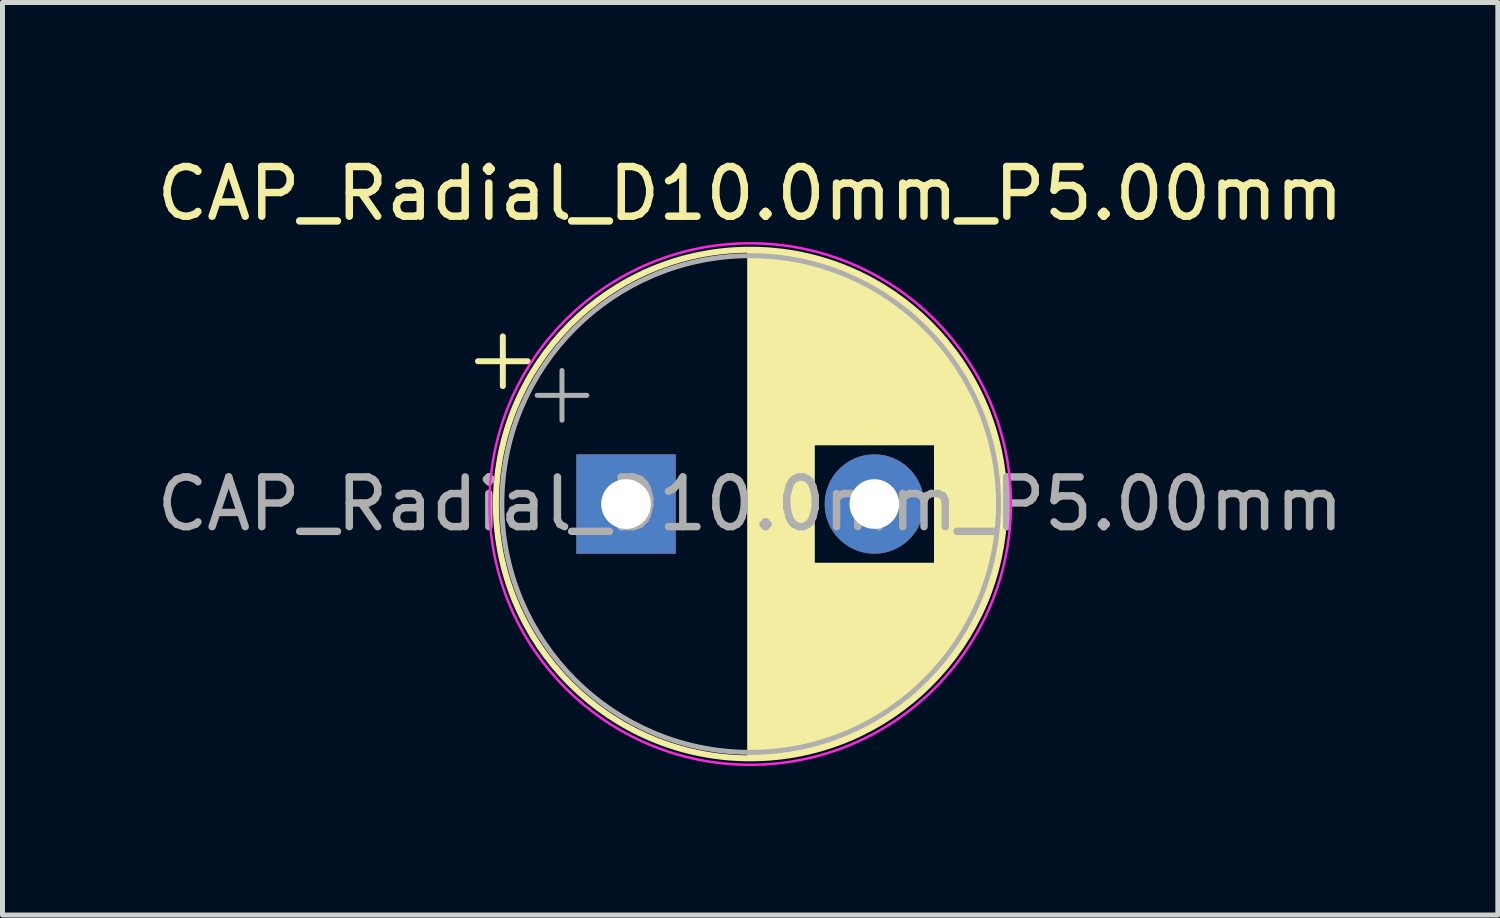
<source format=kicad_pcb>
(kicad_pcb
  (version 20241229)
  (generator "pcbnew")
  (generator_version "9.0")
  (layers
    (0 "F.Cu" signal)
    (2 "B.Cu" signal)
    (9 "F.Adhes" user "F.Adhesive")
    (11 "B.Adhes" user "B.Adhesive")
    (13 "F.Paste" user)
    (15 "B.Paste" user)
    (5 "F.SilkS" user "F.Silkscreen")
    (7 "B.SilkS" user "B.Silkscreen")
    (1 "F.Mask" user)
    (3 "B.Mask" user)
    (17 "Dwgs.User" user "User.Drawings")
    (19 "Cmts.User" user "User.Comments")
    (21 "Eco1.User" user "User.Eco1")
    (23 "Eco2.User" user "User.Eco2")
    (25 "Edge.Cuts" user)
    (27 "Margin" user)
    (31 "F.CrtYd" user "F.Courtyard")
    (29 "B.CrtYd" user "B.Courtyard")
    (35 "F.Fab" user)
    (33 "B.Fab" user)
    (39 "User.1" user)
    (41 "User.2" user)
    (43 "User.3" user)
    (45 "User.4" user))
  (footprint "CAP_Radial_D10.0mm_P5.00mm"
    (layer "F.Cu")
    (at 9.554 7.098)
    (property "Reference" "CAP_Radial_D10.0mm_P5.00mm" (at 2.5 -6.25 0) (layer "F.SilkS") (effects (font (size 1 1) (thickness 0.15))))
    (attr through_hole)
    (fp_line (start -2.98 -2.875) (end -1.98 -2.875) (stroke (width 0.12) (type solid)) (layer "F.SilkS"))
    (fp_line (start -2.48 -3.375) (end -2.48 -2.375) (stroke (width 0.12) (type solid)) (layer "F.SilkS"))
    (fp_line (start 2.5 -5.08) (end 2.5 5.08) (stroke (width 0.12) (type solid)) (layer "F.SilkS"))
    (fp_line (start 2.54 -5.08) (end 2.54 5.08) (stroke (width 0.12) (type solid)) (layer "F.SilkS"))
    (fp_line (start 2.58 -5.08) (end 2.58 5.08) (stroke (width 0.12) (type solid)) (layer "F.SilkS"))
    (fp_line (start 2.62 -5.079) (end 2.62 5.079) (stroke (width 0.12) (type solid)) (layer "F.SilkS"))
    (fp_line (start 2.66 -5.078) (end 2.66 5.078) (stroke (width 0.12) (type solid)) (layer "F.SilkS"))
    (fp_line (start 2.7 -5.077) (end 2.7 5.077) (stroke (width 0.12) (type solid)) (layer "F.SilkS"))
    (fp_line (start 2.74 -5.075) (end 2.74 5.075) (stroke (width 0.12) (type solid)) (layer "F.SilkS"))
    (fp_line (start 2.78 -5.073) (end 2.78 5.073) (stroke (width 0.12) (type solid)) (layer "F.SilkS"))
    (fp_line (start 2.82 -5.07) (end 2.82 5.07) (stroke (width 0.12) (type solid)) (layer "F.SilkS"))
    (fp_line (start 2.86 -5.068) (end 2.86 5.068) (stroke (width 0.12) (type solid)) (layer "F.SilkS"))
    (fp_line (start 2.9 -5.065) (end 2.9 5.065) (stroke (width 0.12) (type solid)) (layer "F.SilkS"))
    (fp_line (start 2.94 -5.062) (end 2.94 5.062) (stroke (width 0.12) (type solid)) (layer "F.SilkS"))
    (fp_line (start 2.98 -5.058) (end 2.98 5.058) (stroke (width 0.12) (type solid)) (layer "F.SilkS"))
    (fp_line (start 3.02 -5.054) (end 3.02 5.054) (stroke (width 0.12) (type solid)) (layer "F.SilkS"))
    (fp_line (start 3.06 -5.05) (end 3.06 5.05) (stroke (width 0.12) (type solid)) (layer "F.SilkS"))
    (fp_line (start 3.1 -5.045) (end 3.1 5.045) (stroke (width 0.12) (type solid)) (layer "F.SilkS"))
    (fp_line (start 3.14 -5.04) (end 3.14 5.04) (stroke (width 0.12) (type solid)) (layer "F.SilkS"))
    (fp_line (start 3.18 -5.035) (end 3.18 5.035) (stroke (width 0.12) (type solid)) (layer "F.SilkS"))
    (fp_line (start 3.221 -5.03) (end 3.221 5.03) (stroke (width 0.12) (type solid)) (layer "F.SilkS"))
    (fp_line (start 3.261 -5.024) (end 3.261 5.024) (stroke (width 0.12) (type solid)) (layer "F.SilkS"))
    (fp_line (start 3.301 -5.018) (end 3.301 5.018) (stroke (width 0.12) (type solid)) (layer "F.SilkS"))
    (fp_line (start 3.341 -5.011) (end 3.341 5.011) (stroke (width 0.12) (type solid)) (layer "F.SilkS"))
    (fp_line (start 3.381 -5.004) (end 3.381 5.004) (stroke (width 0.12) (type solid)) (layer "F.SilkS"))
    (fp_line (start 3.421 -4.997) (end 3.421 4.997) (stroke (width 0.12) (type solid)) (layer "F.SilkS"))
    (fp_line (start 3.461 -4.99) (end 3.461 4.99) (stroke (width 0.12) (type solid)) (layer "F.SilkS"))
    (fp_line (start 3.501 -4.982) (end 3.501 4.982) (stroke (width 0.12) (type solid)) (layer "F.SilkS"))
    (fp_line (start 3.541 -4.974) (end 3.541 4.974) (stroke (width 0.12) (type solid)) (layer "F.SilkS"))
    (fp_line (start 3.581 -4.965) (end 3.581 4.965) (stroke (width 0.12) (type solid)) (layer "F.SilkS"))
    (fp_line (start 3.621 -4.956) (end 3.621 4.956) (stroke (width 0.12) (type solid)) (layer "F.SilkS"))
    (fp_line (start 3.661 -4.947) (end 3.661 4.947) (stroke (width 0.12) (type solid)) (layer "F.SilkS"))
    (fp_line (start 3.701 -4.938) (end 3.701 4.938) (stroke (width 0.12) (type solid)) (layer "F.SilkS"))
    (fp_line (start 3.741 -4.928) (end 3.741 4.928) (stroke (width 0.12) (type solid)) (layer "F.SilkS"))
    (fp_line (start 3.781 -4.918) (end 3.781 -1.241) (stroke (width 0.12) (type solid)) (layer "F.SilkS"))
    (fp_line (start 3.781 1.241) (end 3.781 4.918) (stroke (width 0.12) (type solid)) (layer "F.SilkS"))
    (fp_line (start 3.821 -4.907) (end 3.821 -1.241) (stroke (width 0.12) (type solid)) (layer "F.SilkS"))
    (fp_line (start 3.821 1.241) (end 3.821 4.907) (stroke (width 0.12) (type solid)) (layer "F.SilkS"))
    (fp_line (start 3.861 -4.897) (end 3.861 -1.241) (stroke (width 0.12) (type solid)) (layer "F.SilkS"))
    (fp_line (start 3.861 1.241) (end 3.861 4.897) (stroke (width 0.12) (type solid)) (layer "F.SilkS"))
    (fp_line (start 3.901 -4.885) (end 3.901 -1.241) (stroke (width 0.12) (type solid)) (layer "F.SilkS"))
    (fp_line (start 3.901 1.241) (end 3.901 4.885) (stroke (width 0.12) (type solid)) (layer "F.SilkS"))
    (fp_line (start 3.941 -4.874) (end 3.941 -1.241) (stroke (width 0.12) (type solid)) (layer "F.SilkS"))
    (fp_line (start 3.941 1.241) (end 3.941 4.874) (stroke (width 0.12) (type solid)) (layer "F.SilkS"))
    (fp_line (start 3.981 -4.862) (end 3.981 -1.241) (stroke (width 0.12) (type solid)) (layer "F.SilkS"))
    (fp_line (start 3.981 1.241) (end 3.981 4.862) (stroke (width 0.12) (type solid)) (layer "F.SilkS"))
    (fp_line (start 4.021 -4.85) (end 4.021 -1.241) (stroke (width 0.12) (type solid)) (layer "F.SilkS"))
    (fp_line (start 4.021 1.241) (end 4.021 4.85) (stroke (width 0.12) (type solid)) (layer "F.SilkS"))
    (fp_line (start 4.061 -4.837) (end 4.061 -1.241) (stroke (width 0.12) (type solid)) (layer "F.SilkS"))
    (fp_line (start 4.061 1.241) (end 4.061 4.837) (stroke (width 0.12) (type solid)) (layer "F.SilkS"))
    (fp_line (start 4.101 -4.824) (end 4.101 -1.241) (stroke (width 0.12) (type solid)) (layer "F.SilkS"))
    (fp_line (start 4.101 1.241) (end 4.101 4.824) (stroke (width 0.12) (type solid)) (layer "F.SilkS"))
    (fp_line (start 4.141 -4.811) (end 4.141 -1.241) (stroke (width 0.12) (type solid)) (layer "F.SilkS"))
    (fp_line (start 4.141 1.241) (end 4.141 4.811) (stroke (width 0.12) (type solid)) (layer "F.SilkS"))
    (fp_line (start 4.181 -4.797) (end 4.181 -1.241) (stroke (width 0.12) (type solid)) (layer "F.SilkS"))
    (fp_line (start 4.181 1.241) (end 4.181 4.797) (stroke (width 0.12) (type solid)) (layer "F.SilkS"))
    (fp_line (start 4.221 -4.783) (end 4.221 -1.241) (stroke (width 0.12) (type solid)) (layer "F.SilkS"))
    (fp_line (start 4.221 1.241) (end 4.221 4.783) (stroke (width 0.12) (type solid)) (layer "F.SilkS"))
    (fp_line (start 4.261 -4.768) (end 4.261 -1.241) (stroke (width 0.12) (type solid)) (layer "F.SilkS"))
    (fp_line (start 4.261 1.241) (end 4.261 4.768) (stroke (width 0.12) (type solid)) (layer "F.SilkS"))
    (fp_line (start 4.301 -4.754) (end 4.301 -1.241) (stroke (width 0.12) (type solid)) (layer "F.SilkS"))
    (fp_line (start 4.301 1.241) (end 4.301 4.754) (stroke (width 0.12) (type solid)) (layer "F.SilkS"))
    (fp_line (start 4.341 -4.738) (end 4.341 -1.241) (stroke (width 0.12) (type solid)) (layer "F.SilkS"))
    (fp_line (start 4.341 1.241) (end 4.341 4.738) (stroke (width 0.12) (type solid)) (layer "F.SilkS"))
    (fp_line (start 4.381 -4.723) (end 4.381 -1.241) (stroke (width 0.12) (type solid)) (layer "F.SilkS"))
    (fp_line (start 4.381 1.241) (end 4.381 4.723) (stroke (width 0.12) (type solid)) (layer "F.SilkS"))
    (fp_line (start 4.421 -4.707) (end 4.421 -1.241) (stroke (width 0.12) (type solid)) (layer "F.SilkS"))
    (fp_line (start 4.421 1.241) (end 4.421 4.707) (stroke (width 0.12) (type solid)) (layer "F.SilkS"))
    (fp_line (start 4.461 -4.69) (end 4.461 -1.241) (stroke (width 0.12) (type solid)) (layer "F.SilkS"))
    (fp_line (start 4.461 1.241) (end 4.461 4.69) (stroke (width 0.12) (type solid)) (layer "F.SilkS"))
    (fp_line (start 4.501 -4.674) (end 4.501 -1.241) (stroke (width 0.12) (type solid)) (layer "F.SilkS"))
    (fp_line (start 4.501 1.241) (end 4.501 4.674) (stroke (width 0.12) (type solid)) (layer "F.SilkS"))
    (fp_line (start 4.541 -4.657) (end 4.541 -1.241) (stroke (width 0.12) (type solid)) (layer "F.SilkS"))
    (fp_line (start 4.541 1.241) (end 4.541 4.657) (stroke (width 0.12) (type solid)) (layer "F.SilkS"))
    (fp_line (start 4.581 -4.639) (end 4.581 -1.241) (stroke (width 0.12) (type solid)) (layer "F.SilkS"))
    (fp_line (start 4.581 1.241) (end 4.581 4.639) (stroke (width 0.12) (type solid)) (layer "F.SilkS"))
    (fp_line (start 4.621 -4.621) (end 4.621 -1.241) (stroke (width 0.12) (type solid)) (layer "F.SilkS"))
    (fp_line (start 4.621 1.241) (end 4.621 4.621) (stroke (width 0.12) (type solid)) (layer "F.SilkS"))
    (fp_line (start 4.661 -4.603) (end 4.661 -1.241) (stroke (width 0.12) (type solid)) (layer "F.SilkS"))
    (fp_line (start 4.661 1.241) (end 4.661 4.603) (stroke (width 0.12) (type solid)) (layer "F.SilkS"))
    (fp_line (start 4.701 -4.584) (end 4.701 -1.241) (stroke (width 0.12) (type solid)) (layer "F.SilkS"))
    (fp_line (start 4.701 1.241) (end 4.701 4.584) (stroke (width 0.12) (type solid)) (layer "F.SilkS"))
    (fp_line (start 4.741 -4.564) (end 4.741 -1.241) (stroke (width 0.12) (type solid)) (layer "F.SilkS"))
    (fp_line (start 4.741 1.241) (end 4.741 4.564) (stroke (width 0.12) (type solid)) (layer "F.SilkS"))
    (fp_line (start 4.781 -4.545) (end 4.781 -1.241) (stroke (width 0.12) (type solid)) (layer "F.SilkS"))
    (fp_line (start 4.781 1.241) (end 4.781 4.545) (stroke (width 0.12) (type solid)) (layer "F.SilkS"))
    (fp_line (start 4.821 -4.525) (end 4.821 -1.241) (stroke (width 0.12) (type solid)) (layer "F.SilkS"))
    (fp_line (start 4.821 1.241) (end 4.821 4.525) (stroke (width 0.12) (type solid)) (layer "F.SilkS"))
    (fp_line (start 4.861 -4.504) (end 4.861 -1.241) (stroke (width 0.12) (type solid)) (layer "F.SilkS"))
    (fp_line (start 4.861 1.241) (end 4.861 4.504) (stroke (width 0.12) (type solid)) (layer "F.SilkS"))
    (fp_line (start 4.901 -4.483) (end 4.901 -1.241) (stroke (width 0.12) (type solid)) (layer "F.SilkS"))
    (fp_line (start 4.901 1.241) (end 4.901 4.483) (stroke (width 0.12) (type solid)) (layer "F.SilkS"))
    (fp_line (start 4.941 -4.462) (end 4.941 -1.241) (stroke (width 0.12) (type solid)) (layer "F.SilkS"))
    (fp_line (start 4.941 1.241) (end 4.941 4.462) (stroke (width 0.12) (type solid)) (layer "F.SilkS"))
    (fp_line (start 4.981 -4.44) (end 4.981 -1.241) (stroke (width 0.12) (type solid)) (layer "F.SilkS"))
    (fp_line (start 4.981 1.241) (end 4.981 4.44) (stroke (width 0.12) (type solid)) (layer "F.SilkS"))
    (fp_line (start 5.021 -4.417) (end 5.021 -1.241) (stroke (width 0.12) (type solid)) (layer "F.SilkS"))
    (fp_line (start 5.021 1.241) (end 5.021 4.417) (stroke (width 0.12) (type solid)) (layer "F.SilkS"))
    (fp_line (start 5.061 -4.395) (end 5.061 -1.241) (stroke (width 0.12) (type solid)) (layer "F.SilkS"))
    (fp_line (start 5.061 1.241) (end 5.061 4.395) (stroke (width 0.12) (type solid)) (layer "F.SilkS"))
    (fp_line (start 5.101 -4.371) (end 5.101 -1.241) (stroke (width 0.12) (type solid)) (layer "F.SilkS"))
    (fp_line (start 5.101 1.241) (end 5.101 4.371) (stroke (width 0.12) (type solid)) (layer "F.SilkS"))
    (fp_line (start 5.141 -4.347) (end 5.141 -1.241) (stroke (width 0.12) (type solid)) (layer "F.SilkS"))
    (fp_line (start 5.141 1.241) (end 5.141 4.347) (stroke (width 0.12) (type solid)) (layer "F.SilkS"))
    (fp_line (start 5.181 -4.323) (end 5.181 -1.241) (stroke (width 0.12) (type solid)) (layer "F.SilkS"))
    (fp_line (start 5.181 1.241) (end 5.181 4.323) (stroke (width 0.12) (type solid)) (layer "F.SilkS"))
    (fp_line (start 5.221 -4.298) (end 5.221 -1.241) (stroke (width 0.12) (type solid)) (layer "F.SilkS"))
    (fp_line (start 5.221 1.241) (end 5.221 4.298) (stroke (width 0.12) (type solid)) (layer "F.SilkS"))
    (fp_line (start 5.261 -4.273) (end 5.261 -1.241) (stroke (width 0.12) (type solid)) (layer "F.SilkS"))
    (fp_line (start 5.261 1.241) (end 5.261 4.273) (stroke (width 0.12) (type solid)) (layer "F.SilkS"))
    (fp_line (start 5.301 -4.247) (end 5.301 -1.241) (stroke (width 0.12) (type solid)) (layer "F.SilkS"))
    (fp_line (start 5.301 1.241) (end 5.301 4.247) (stroke (width 0.12) (type solid)) (layer "F.SilkS"))
    (fp_line (start 5.341 -4.221) (end 5.341 -1.241) (stroke (width 0.12) (type solid)) (layer "F.SilkS"))
    (fp_line (start 5.341 1.241) (end 5.341 4.221) (stroke (width 0.12) (type solid)) (layer "F.SilkS"))
    (fp_line (start 5.381 -4.194) (end 5.381 -1.241) (stroke (width 0.12) (type solid)) (layer "F.SilkS"))
    (fp_line (start 5.381 1.241) (end 5.381 4.194) (stroke (width 0.12) (type solid)) (layer "F.SilkS"))
    (fp_line (start 5.421 -4.166) (end 5.421 -1.241) (stroke (width 0.12) (type solid)) (layer "F.SilkS"))
    (fp_line (start 5.421 1.241) (end 5.421 4.166) (stroke (width 0.12) (type solid)) (layer "F.SilkS"))
    (fp_line (start 5.461 -4.138) (end 5.461 -1.241) (stroke (width 0.12) (type solid)) (layer "F.SilkS"))
    (fp_line (start 5.461 1.241) (end 5.461 4.138) (stroke (width 0.12) (type solid)) (layer "F.SilkS"))
    (fp_line (start 5.501 -4.11) (end 5.501 -1.241) (stroke (width 0.12) (type solid)) (layer "F.SilkS"))
    (fp_line (start 5.501 1.241) (end 5.501 4.11) (stroke (width 0.12) (type solid)) (layer "F.SilkS"))
    (fp_line (start 5.541 -4.08) (end 5.541 -1.241) (stroke (width 0.12) (type solid)) (layer "F.SilkS"))
    (fp_line (start 5.541 1.241) (end 5.541 4.08) (stroke (width 0.12) (type solid)) (layer "F.SilkS"))
    (fp_line (start 5.581 -4.05) (end 5.581 -1.241) (stroke (width 0.12) (type solid)) (layer "F.SilkS"))
    (fp_line (start 5.581 1.241) (end 5.581 4.05) (stroke (width 0.12) (type solid)) (layer "F.SilkS"))
    (fp_line (start 5.621 -4.02) (end 5.621 -1.241) (stroke (width 0.12) (type solid)) (layer "F.SilkS"))
    (fp_line (start 5.621 1.241) (end 5.621 4.02) (stroke (width 0.12) (type solid)) (layer "F.SilkS"))
    (fp_line (start 5.661 -3.989) (end 5.661 -1.241) (stroke (width 0.12) (type solid)) (layer "F.SilkS"))
    (fp_line (start 5.661 1.241) (end 5.661 3.989) (stroke (width 0.12) (type solid)) (layer "F.SilkS"))
    (fp_line (start 5.701 -3.957) (end 5.701 -1.241) (stroke (width 0.12) (type solid)) (layer "F.SilkS"))
    (fp_line (start 5.701 1.241) (end 5.701 3.957) (stroke (width 0.12) (type solid)) (layer "F.SilkS"))
    (fp_line (start 5.741 -3.925) (end 5.741 -1.241) (stroke (width 0.12) (type solid)) (layer "F.SilkS"))
    (fp_line (start 5.741 1.241) (end 5.741 3.925) (stroke (width 0.12) (type solid)) (layer "F.SilkS"))
    (fp_line (start 5.781 -3.892) (end 5.781 -1.241) (stroke (width 0.12) (type solid)) (layer "F.SilkS"))
    (fp_line (start 5.781 1.241) (end 5.781 3.892) (stroke (width 0.12) (type solid)) (layer "F.SilkS"))
    (fp_line (start 5.821 -3.858) (end 5.821 -1.241) (stroke (width 0.12) (type solid)) (layer "F.SilkS"))
    (fp_line (start 5.821 1.241) (end 5.821 3.858) (stroke (width 0.12) (type solid)) (layer "F.SilkS"))
    (fp_line (start 5.861 -3.824) (end 5.861 -1.241) (stroke (width 0.12) (type solid)) (layer "F.SilkS"))
    (fp_line (start 5.861 1.241) (end 5.861 3.824) (stroke (width 0.12) (type solid)) (layer "F.SilkS"))
    (fp_line (start 5.901 -3.789) (end 5.901 -1.241) (stroke (width 0.12) (type solid)) (layer "F.SilkS"))
    (fp_line (start 5.901 1.241) (end 5.901 3.789) (stroke (width 0.12) (type solid)) (layer "F.SilkS"))
    (fp_line (start 5.941 -3.753) (end 5.941 -1.241) (stroke (width 0.12) (type solid)) (layer "F.SilkS"))
    (fp_line (start 5.941 1.241) (end 5.941 3.753) (stroke (width 0.12) (type solid)) (layer "F.SilkS"))
    (fp_line (start 5.981 -3.716) (end 5.981 -1.241) (stroke (width 0.12) (type solid)) (layer "F.SilkS"))
    (fp_line (start 5.981 1.241) (end 5.981 3.716) (stroke (width 0.12) (type solid)) (layer "F.SilkS"))
    (fp_line (start 6.021 -3.679) (end 6.021 -1.241) (stroke (width 0.12) (type solid)) (layer "F.SilkS"))
    (fp_line (start 6.021 1.241) (end 6.021 3.679) (stroke (width 0.12) (type solid)) (layer "F.SilkS"))
    (fp_line (start 6.061 -3.64) (end 6.061 -1.241) (stroke (width 0.12) (type solid)) (layer "F.SilkS"))
    (fp_line (start 6.061 1.241) (end 6.061 3.64) (stroke (width 0.12) (type solid)) (layer "F.SilkS"))
    (fp_line (start 6.101 -3.601) (end 6.101 -1.241) (stroke (width 0.12) (type solid)) (layer "F.SilkS"))
    (fp_line (start 6.101 1.241) (end 6.101 3.601) (stroke (width 0.12) (type solid)) (layer "F.SilkS"))
    (fp_line (start 6.141 -3.561) (end 6.141 -1.241) (stroke (width 0.12) (type solid)) (layer "F.SilkS"))
    (fp_line (start 6.141 1.241) (end 6.141 3.561) (stroke (width 0.12) (type solid)) (layer "F.SilkS"))
    (fp_line (start 6.181 -3.52) (end 6.181 -1.241) (stroke (width 0.12) (type solid)) (layer "F.SilkS"))
    (fp_line (start 6.181 1.241) (end 6.181 3.52) (stroke (width 0.12) (type solid)) (layer "F.SilkS"))
    (fp_line (start 6.221 -3.478) (end 6.221 -1.241) (stroke (width 0.12) (type solid)) (layer "F.SilkS"))
    (fp_line (start 6.221 1.241) (end 6.221 3.478) (stroke (width 0.12) (type solid)) (layer "F.SilkS"))
    (fp_line (start 6.261 -3.436) (end 6.261 3.436) (stroke (width 0.12) (type solid)) (layer "F.SilkS"))
    (fp_line (start 6.301 -3.392) (end 6.301 3.392) (stroke (width 0.12) (type solid)) (layer "F.SilkS"))
    (fp_line (start 6.341 -3.347) (end 6.341 3.347) (stroke (width 0.12) (type solid)) (layer "F.SilkS"))
    (fp_line (start 6.381 -3.301) (end 6.381 3.301) (stroke (width 0.12) (type solid)) (layer "F.SilkS"))
    (fp_line (start 6.421 -3.254) (end 6.421 3.254) (stroke (width 0.12) (type solid)) (layer "F.SilkS"))
    (fp_line (start 6.461 -3.206) (end 6.461 3.206) (stroke (width 0.12) (type solid)) (layer "F.SilkS"))
    (fp_line (start 6.501 -3.156) (end 6.501 3.156) (stroke (width 0.12) (type solid)) (layer "F.SilkS"))
    (fp_line (start 6.541 -3.106) (end 6.541 3.106) (stroke (width 0.12) (type solid)) (layer "F.SilkS"))
    (fp_line (start 6.581 -3.054) (end 6.581 3.054) (stroke (width 0.12) (type solid)) (layer "F.SilkS"))
    (fp_line (start 6.621 -3) (end 6.621 3) (stroke (width 0.12) (type solid)) (layer "F.SilkS"))
    (fp_line (start 6.661 -2.945) (end 6.661 2.945) (stroke (width 0.12) (type solid)) (layer "F.SilkS"))
    (fp_line (start 6.701 -2.889) (end 6.701 2.889) (stroke (width 0.12) (type solid)) (layer "F.SilkS"))
    (fp_line (start 6.741 -2.83) (end 6.741 2.83) (stroke (width 0.12) (type solid)) (layer "F.SilkS"))
    (fp_line (start 6.781 -2.77) (end 6.781 2.77) (stroke (width 0.12) (type solid)) (layer "F.SilkS"))
    (fp_line (start 6.821 -2.709) (end 6.821 2.709) (stroke (width 0.12) (type solid)) (layer "F.SilkS"))
    (fp_line (start 6.861 -2.645) (end 6.861 2.645) (stroke (width 0.12) (type solid)) (layer "F.SilkS"))
    (fp_line (start 6.901 -2.579) (end 6.901 2.579) (stroke (width 0.12) (type solid)) (layer "F.SilkS"))
    (fp_line (start 6.941 -2.51) (end 6.941 2.51) (stroke (width 0.12) (type solid)) (layer "F.SilkS"))
    (fp_line (start 6.981 -2.439) (end 6.981 2.439) (stroke (width 0.12) (type solid)) (layer "F.SilkS"))
    (fp_line (start 7.021 -2.365) (end 7.021 2.365) (stroke (width 0.12) (type solid)) (layer "F.SilkS"))
    (fp_line (start 7.061 -2.289) (end 7.061 2.289) (stroke (width 0.12) (type solid)) (layer "F.SilkS"))
    (fp_line (start 7.101 -2.209) (end 7.101 2.209) (stroke (width 0.12) (type solid)) (layer "F.SilkS"))
    (fp_line (start 7.141 -2.125) (end 7.141 2.125) (stroke (width 0.12) (type solid)) (layer "F.SilkS"))
    (fp_line (start 7.181 -2.037) (end 7.181 2.037) (stroke (width 0.12) (type solid)) (layer "F.SilkS"))
    (fp_line (start 7.221 -1.944) (end 7.221 1.944) (stroke (width 0.12) (type solid)) (layer "F.SilkS"))
    (fp_line (start 7.261 -1.846) (end 7.261 1.846) (stroke (width 0.12) (type solid)) (layer "F.SilkS"))
    (fp_line (start 7.301 -1.742) (end 7.301 1.742) (stroke (width 0.12) (type solid)) (layer "F.SilkS"))
    (fp_line (start 7.341 -1.63) (end 7.341 1.63) (stroke (width 0.12) (type solid)) (layer "F.SilkS"))
    (fp_line (start 7.381 -1.51) (end 7.381 1.51) (stroke (width 0.12) (type solid)) (layer "F.SilkS"))
    (fp_line (start 7.421 -1.378) (end 7.421 1.378) (stroke (width 0.12) (type solid)) (layer "F.SilkS"))
    (fp_line (start 7.461 -1.23) (end 7.461 1.23) (stroke (width 0.12) (type solid)) (layer "F.SilkS"))
    (fp_line (start 7.501 -1.062) (end 7.501 1.062) (stroke (width 0.12) (type solid)) (layer "F.SilkS"))
    (fp_line (start 7.541 -0.862) (end 7.541 0.862) (stroke (width 0.12) (type solid)) (layer "F.SilkS"))
    (fp_line (start 7.581 -0.599) (end 7.581 0.599) (stroke (width 0.12) (type solid)) (layer "F.SilkS"))
    (fp_circle (center 2.5 0) (end 7.62 0) (stroke (width 0.12) (type solid)) (fill no) (layer "F.SilkS"))
    (fp_circle (center 2.5 0) (end 7.75 0) (stroke (width 0.05) (type solid)) (fill no) (layer "F.CrtYd"))
    (fp_line (start -1.789 -2.188) (end -0.789 -2.188) (stroke (width 0.1) (type solid)) (layer "F.Fab"))
    (fp_line (start -1.289 -2.688) (end -1.289 -1.688) (stroke (width 0.1) (type solid)) (layer "F.Fab"))
    (fp_circle (center 2.5 0) (end 7.5 0) (stroke (width 0.1) (type solid)) (fill no) (layer "F.Fab"))
    (fp_text user "${REFERENCE}" (at 2.5 0 0) (layer "F.Fab") (effects (font (size 1 1) (thickness 0.15))))
    (pad "1" thru_hole rect (at 0 0) (size 2 2) (drill 1) (layers "*.Cu" "*.Mask"))
    (pad "2" thru_hole circle (at 5 0) (size 2 2) (drill 1) (layers "*.Cu" "*.Mask")))
  (gr_rect
    (start -3 -3)
    (end 27.107 15.373)
    (stroke (width 0.1) (type default))
    (fill no)
    (layer "Edge.Cuts")))
</source>
